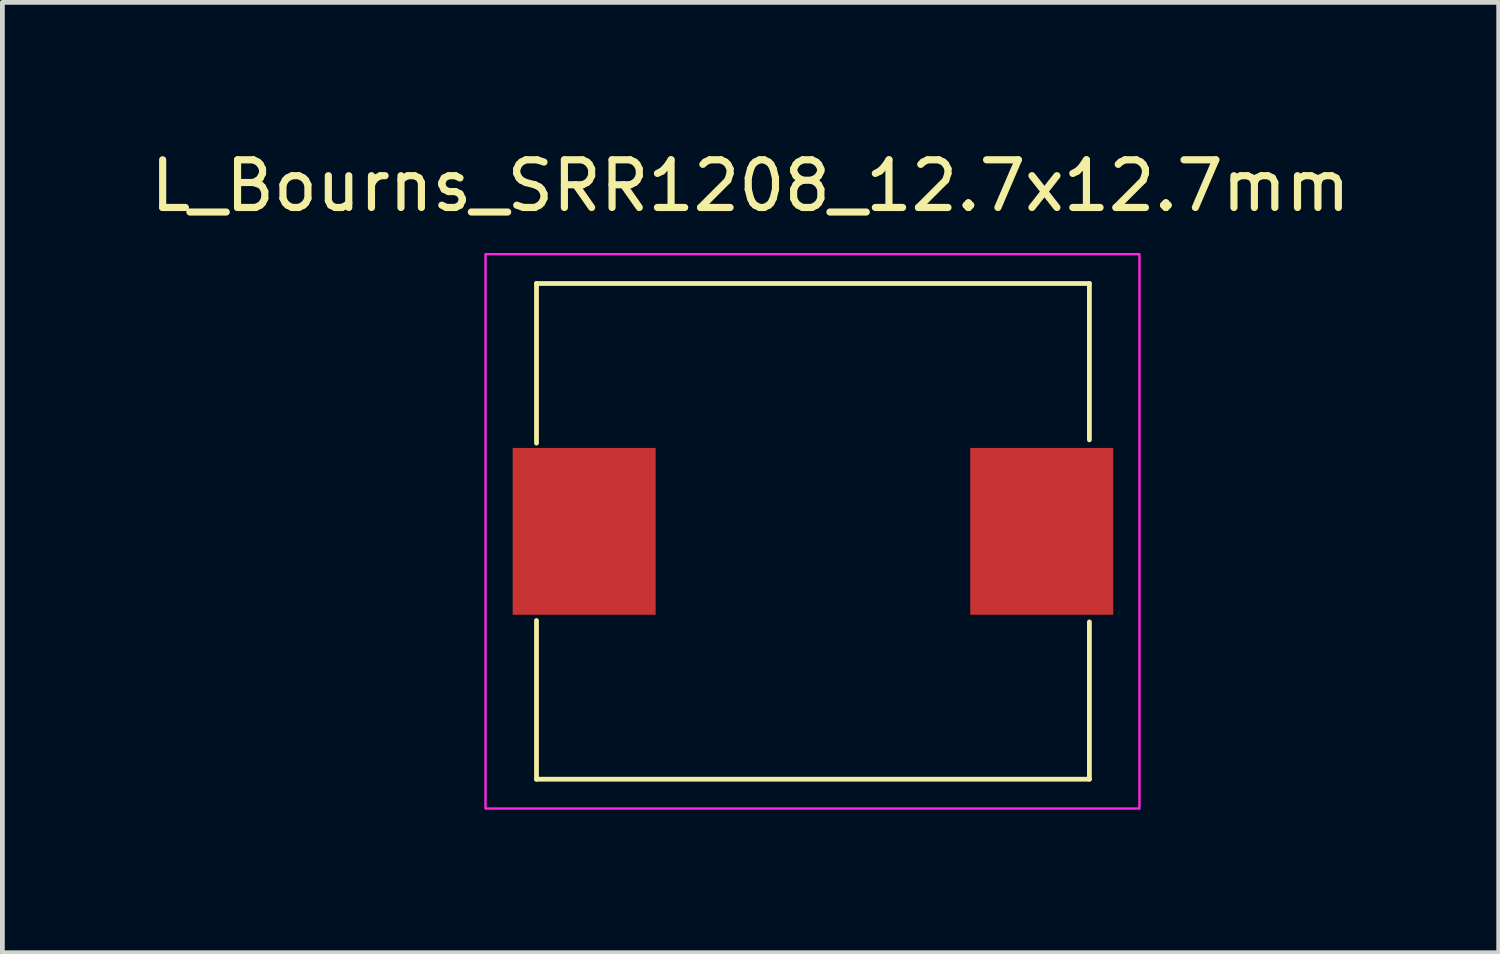
<source format=kicad_pcb>
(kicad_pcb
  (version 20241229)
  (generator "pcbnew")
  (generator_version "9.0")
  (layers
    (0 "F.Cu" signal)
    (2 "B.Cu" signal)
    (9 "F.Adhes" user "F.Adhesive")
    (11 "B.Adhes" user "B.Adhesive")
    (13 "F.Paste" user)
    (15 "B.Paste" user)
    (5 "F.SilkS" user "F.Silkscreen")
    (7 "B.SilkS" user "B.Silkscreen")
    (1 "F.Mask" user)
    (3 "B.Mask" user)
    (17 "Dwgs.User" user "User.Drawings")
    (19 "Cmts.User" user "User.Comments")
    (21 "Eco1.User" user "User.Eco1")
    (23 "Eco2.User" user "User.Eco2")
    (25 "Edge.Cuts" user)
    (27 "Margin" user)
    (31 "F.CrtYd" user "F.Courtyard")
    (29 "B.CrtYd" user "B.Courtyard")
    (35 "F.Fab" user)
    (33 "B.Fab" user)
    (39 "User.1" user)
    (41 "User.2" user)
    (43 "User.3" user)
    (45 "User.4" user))
  (footprint "L_Bourns_SRR1208_12.7x12.7mm"
    (layer "F.Cu")
    (at 13.996 8.098)
    (property "Reference" "L_Bourns_SRR1208_12.7x12.7mm" (at -1.3 -7.25 0) (layer "F.SilkS") (effects (font (size 1 1) (thickness 0.15))))
    (attr smd)
    (fp_line (start -5.79 -5.2) (end -5.79 -1.85) (stroke (width 0.1) (type default)) (layer "F.SilkS"))
    (fp_line (start -5.79 5.2) (end -5.79 1.87) (stroke (width 0.1) (type default)) (layer "F.SilkS"))
    (fp_line (start -5.79 5.2) (end 5.81 5.2) (stroke (width 0.1) (type default)) (layer "F.SilkS"))
    (fp_line (start 5.81 -5.2) (end -5.79 -5.2) (stroke (width 0.1) (type default)) (layer "F.SilkS"))
    (fp_line (start 5.81 -5.2) (end 5.81 -1.92) (stroke (width 0.1) (type default)) (layer "F.SilkS"))
    (fp_line (start 5.81 5.2) (end 5.81 1.9) (stroke (width 0.1) (type default)) (layer "F.SilkS"))
    (fp_rect (start -6.86 -5.815) (end 6.86 5.815) (stroke (width 0.05) (type default)) (fill no) (layer "F.CrtYd"))
    (pad "1" smd rect (at -4.79 0) (size 3 3.5) (layers "F.Cu" "F.Mask" "F.Paste"))
    (pad "2" smd rect (at 4.81 0) (size 3 3.5) (layers "F.Cu" "F.Mask" "F.Paste")))
  (gr_rect
    (start -3 -3)
    (end 28.393 16.938)
    (stroke (width 0.1) (type default))
    (fill no)
    (layer "Edge.Cuts")))
</source>
